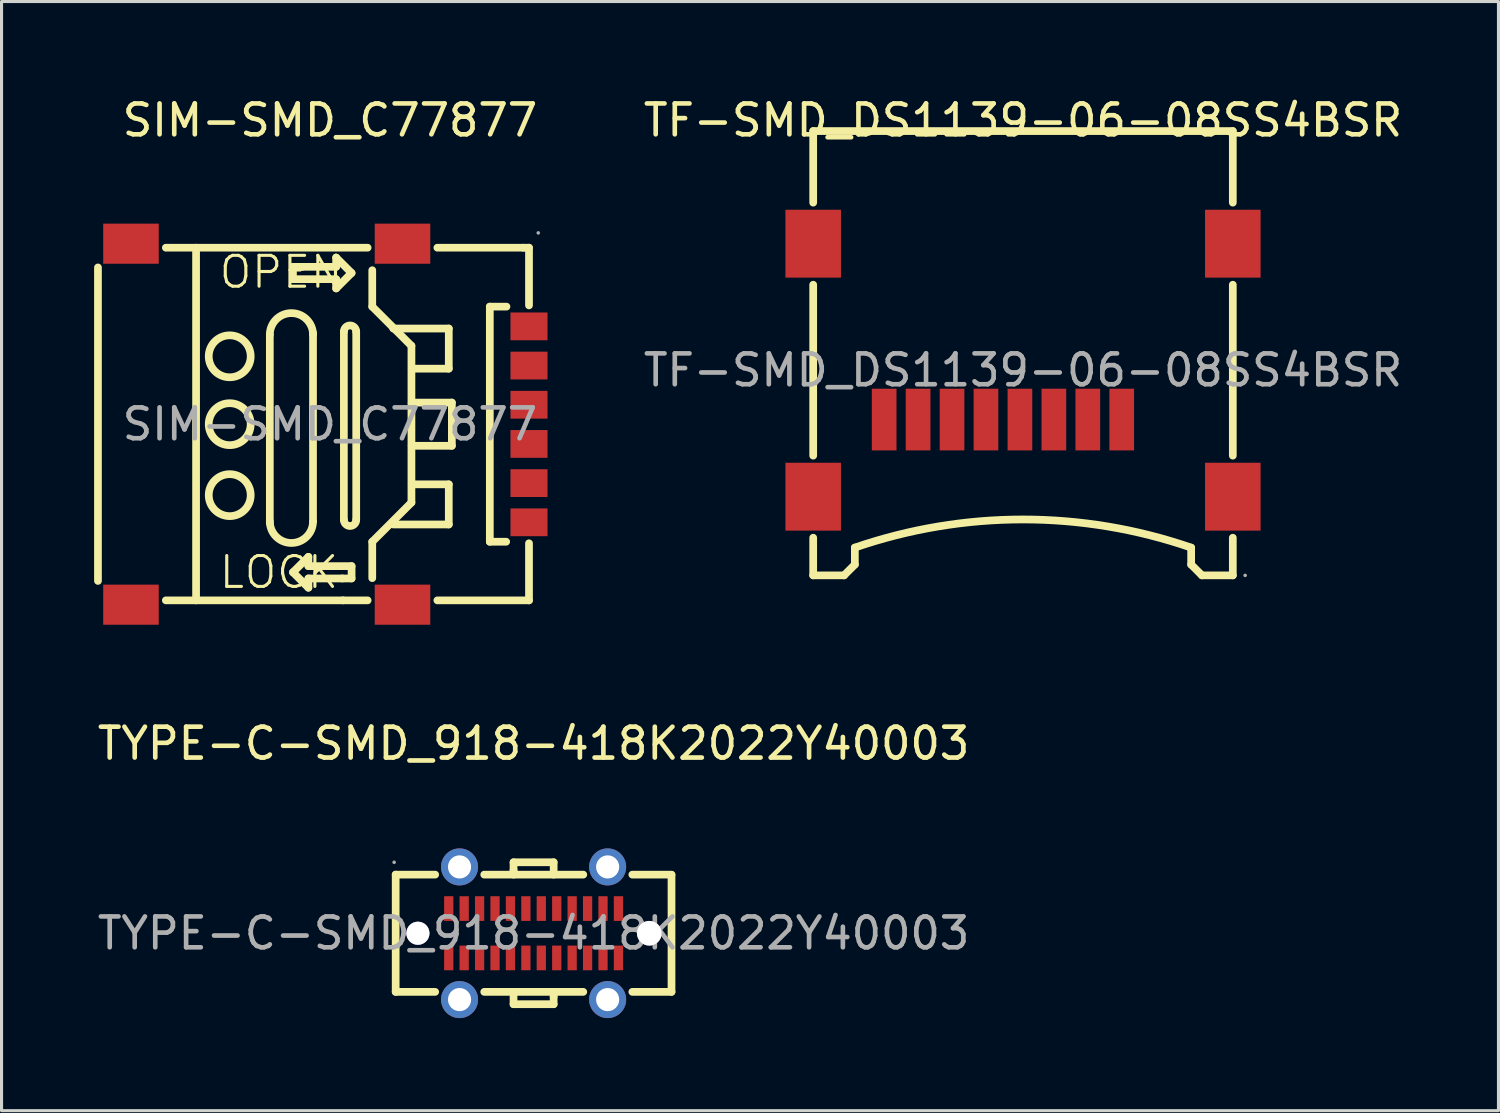
<source format=kicad_pcb>
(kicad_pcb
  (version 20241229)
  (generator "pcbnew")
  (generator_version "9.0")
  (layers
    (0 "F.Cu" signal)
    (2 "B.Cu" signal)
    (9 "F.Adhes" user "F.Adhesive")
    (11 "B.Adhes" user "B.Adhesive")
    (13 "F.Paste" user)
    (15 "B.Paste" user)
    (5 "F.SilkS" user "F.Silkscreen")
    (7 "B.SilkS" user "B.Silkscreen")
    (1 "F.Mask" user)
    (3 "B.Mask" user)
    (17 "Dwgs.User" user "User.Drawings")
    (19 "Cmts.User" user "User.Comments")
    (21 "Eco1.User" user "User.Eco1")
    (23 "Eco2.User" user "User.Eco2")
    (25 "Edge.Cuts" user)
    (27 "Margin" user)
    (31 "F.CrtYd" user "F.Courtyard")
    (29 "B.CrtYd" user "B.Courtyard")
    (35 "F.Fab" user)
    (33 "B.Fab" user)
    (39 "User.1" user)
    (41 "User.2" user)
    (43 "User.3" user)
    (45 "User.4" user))
  (footprint "TYPE-C-SMD_918-418K2022Y40003"
    (layer "F.Cu")
    (at 14.244 27.197)
    (property "Reference" "TYPE-C-SMD_918-418K2022Y40003" (at 0 -6.15 0) (layer "F.SilkS") (effects (font (size 1 1) (thickness 0.15))))
    (attr through_hole)
    (fp_line (start -4.47 -1.9) (end -4.47 1.9) (stroke (width 0.25) (type solid)) (layer "F.SilkS"))
    (fp_line (start -4.47 1.9) (end -3.19 1.9) (stroke (width 0.25) (type solid)) (layer "F.SilkS"))
    (fp_line (start -3.19 -1.9) (end -4.47 -1.9) (stroke (width 0.25) (type solid)) (layer "F.SilkS"))
    (fp_line (start -1.6 1.9) (end 1.61 1.9) (stroke (width 0.25) (type solid)) (layer "F.SilkS"))
    (fp_line (start -0.65 -2.3) (end -0.65 -2.05) (stroke (width 0.25) (type solid)) (layer "F.SilkS"))
    (fp_line (start -0.65 -2.3) (end 0.65 -2.3) (stroke (width 0.25) (type solid)) (layer "F.SilkS"))
    (fp_line (start -0.65 -2.05) (end -0.65 -1.9) (stroke (width 0.25) (type solid)) (layer "F.SilkS"))
    (fp_line (start -0.65 2.3) (end -0.65 1.9) (stroke (width 0.25) (type solid)) (layer "F.SilkS"))
    (fp_line (start 0.65 -2.3) (end 0.65 -1.9) (stroke (width 0.25) (type solid)) (layer "F.SilkS"))
    (fp_line (start 0.65 2.05) (end 0.65 1.9) (stroke (width 0.25) (type solid)) (layer "F.SilkS"))
    (fp_line (start 0.65 2.3) (end -0.65 2.3) (stroke (width 0.25) (type solid)) (layer "F.SilkS"))
    (fp_line (start 0.65 2.3) (end 0.65 2.05) (stroke (width 0.25) (type solid)) (layer "F.SilkS"))
    (fp_line (start 1.61 -1.9) (end -1.6 -1.9) (stroke (width 0.25) (type solid)) (layer "F.SilkS"))
    (fp_line (start 3.2 1.9) (end 4.47 1.9) (stroke (width 0.25) (type solid)) (layer "F.SilkS"))
    (fp_line (start 4.47 -1.9) (end 3.2 -1.9) (stroke (width 0.25) (type solid)) (layer "F.SilkS"))
    (fp_line (start 4.47 1.9) (end 4.47 -1.89) (stroke (width 0.25) (type solid)) (layer "F.SilkS"))
    (fp_circle (center -2.4 -2.15) (end -2.1 -2.15) (stroke (width 0.6) (type solid)) (fill no) (layer "F.Paste"))
    (fp_circle (center -2.4 2.15) (end -2.1 2.15) (stroke (width 0.6) (type solid)) (fill no) (layer "F.Paste"))
    (fp_circle (center 2.4 -2.15) (end 2.7 -2.15) (stroke (width 0.6) (type solid)) (fill no) (layer "F.Paste"))
    (fp_circle (center 2.4 2.15) (end 2.7 2.15) (stroke (width 0.6) (type solid)) (fill no) (layer "F.Paste"))
    (fp_circle (center -3.75 0) (end -3.6 0) (stroke (width 0.3) (type solid)) (fill no) (layer "Cmts.User"))
    (fp_circle (center 3.75 0) (end 3.9 0) (stroke (width 0.3) (type solid)) (fill no) (layer "Cmts.User"))
    (fp_circle (center -4.52 -2.3) (end -4.49 -2.3) (stroke (width 0.06) (type solid)) (fill no) (layer "F.Fab"))
    (fp_text user "${REFERENCE}" (at 0 0 0) (layer "F.Fab") (effects (font (size 1 1) (thickness 0.15))))
    (pad "" thru_hole circle (at -3.75 0) (size 0.75 0.75) (drill 0.75) (layers "*.Cu" "*.Mask"))
    (pad "" thru_hole circle (at 3.75 0) (size 0.8 0.8) (drill 0.8) (layers "*.Cu" "*.Mask"))
    (pad "0" thru_hole circle (at -2.4 -2.15 270) (size 1.2 1.2) (drill 0.75) (layers "*.Cu" "*.Paste" "*.Mask"))
    (pad "0" thru_hole circle (at -2.4 2.15 270) (size 1.2 1.2) (drill 0.75) (layers "*.Cu" "*.Paste" "*.Mask"))
    (pad "0" thru_hole circle (at 2.4 -2.15 270) (size 1.2 1.2) (drill 0.75) (layers "*.Cu" "*.Paste" "*.Mask"))
    (pad "0" thru_hole circle (at 2.4 2.15 270) (size 1.2 1.2) (drill 0.75) (layers "*.Cu" "*.Paste" "*.Mask"))
    (pad "A1" smd rect (at -2.75 -0.8 180) (size 0.3 0.8) (layers "F.Cu" "F.Mask" "F.Paste"))
    (pad "A2" smd rect (at -2.25 -0.8 180) (size 0.3 0.8) (layers "F.Cu" "F.Mask" "F.Paste"))
    (pad "A3" smd rect (at -1.75 -0.8 180) (size 0.3 0.8) (layers "F.Cu" "F.Mask" "F.Paste"))
    (pad "A4" smd rect (at -1.25 -0.8 180) (size 0.3 0.8) (layers "F.Cu" "F.Mask" "F.Paste"))
    (pad "A5" smd rect (at -0.75 -0.8 180) (size 0.3 0.8) (layers "F.Cu" "F.Mask" "F.Paste"))
    (pad "A6" smd rect (at -0.25 -0.8 180) (size 0.3 0.8) (layers "F.Cu" "F.Mask" "F.Paste"))
    (pad "A7" smd rect (at 0.25 -0.8 180) (size 0.3 0.8) (layers "F.Cu" "F.Mask" "F.Paste"))
    (pad "A8" smd rect (at 0.75 -0.8 180) (size 0.3 0.8) (layers "F.Cu" "F.Mask" "F.Paste"))
    (pad "A9" smd rect (at 1.25 -0.8 180) (size 0.3 0.8) (layers "F.Cu" "F.Mask" "F.Paste"))
    (pad "A10" smd rect (at 1.75 -0.8 180) (size 0.3 0.8) (layers "F.Cu" "F.Mask" "F.Paste"))
    (pad "A11" smd rect (at 2.25 -0.8 180) (size 0.3 0.8) (layers "F.Cu" "F.Mask" "F.Paste"))
    (pad "A12" smd rect (at 2.75 -0.8 180) (size 0.3 0.8) (layers "F.Cu" "F.Mask" "F.Paste"))
    (pad "B1" smd rect (at 2.75 0.8 180) (size 0.3 0.8) (layers "F.Cu" "F.Mask" "F.Paste"))
    (pad "B2" smd rect (at 2.25 0.8 180) (size 0.3 0.8) (layers "F.Cu" "F.Mask" "F.Paste"))
    (pad "B3" smd rect (at 1.75 0.8 180) (size 0.3 0.8) (layers "F.Cu" "F.Mask" "F.Paste"))
    (pad "B4" smd rect (at 1.25 0.8 180) (size 0.3 0.8) (layers "F.Cu" "F.Mask" "F.Paste"))
    (pad "B5" smd rect (at 0.75 0.8 180) (size 0.3 0.8) (layers "F.Cu" "F.Mask" "F.Paste"))
    (pad "B6" smd rect (at 0.25 0.8 180) (size 0.3 0.8) (layers "F.Cu" "F.Mask" "F.Paste"))
    (pad "B7" smd rect (at -0.25 0.8 180) (size 0.3 0.8) (layers "F.Cu" "F.Mask" "F.Paste"))
    (pad "B8" smd rect (at -0.75 0.8 180) (size 0.3 0.8) (layers "F.Cu" "F.Mask" "F.Paste"))
    (pad "B9" smd rect (at -1.25 0.8 180) (size 0.3 0.8) (layers "F.Cu" "F.Mask" "F.Paste"))
    (pad "B10" smd rect (at -1.75 0.8 180) (size 0.3 0.8) (layers "F.Cu" "F.Mask" "F.Paste"))
    (pad "B11" smd rect (at -2.25 0.8 180) (size 0.3 0.8) (layers "F.Cu" "F.Mask" "F.Paste"))
    (pad "B12" smd rect (at -2.75 0.8 180) (size 0.3 0.8) (layers "F.Cu" "F.Mask" "F.Paste")))
  (footprint "SIM-SMD_C77877"
    (layer "F.Cu")
    (at 7.645 10.698)
    (property "Reference" "SIM-SMD_C77877" (at 0 -9.85 0) (layer "F.SilkS") (effects (font (size 1 1) (thickness 0.15))))
    (attr through_hole)
    (fp_line (start -7.52 -5.08) (end -7.52 5.08) (stroke (width 0.25) (type solid)) (layer "F.SilkS"))
    (fp_line (start -4.34 -5.72) (end -4.34 5.71) (stroke (width 0.25) (type solid)) (layer "F.SilkS"))
    (fp_line (start -1.95 -2.9) (end -1.95 3.2) (stroke (width 0.25) (type solid)) (layer "F.SilkS"))
    (fp_line (start -1.2 -5.1) (end -0.9 -5.1) (stroke (width 0.25) (type solid)) (layer "F.SilkS"))
    (fp_line (start -1.2 -4.7) (end -1.2 -5.1) (stroke (width 0.25) (type solid)) (layer "F.SilkS"))
    (fp_line (start -1.2 4.8) (end -0.7 4.3) (stroke (width 0.25) (type solid)) (layer "F.SilkS"))
    (fp_line (start -0.9 -5.1) (end 0.2 -5.1) (stroke (width 0.25) (type solid)) (layer "F.SilkS"))
    (fp_line (start -0.7 4.3) (end -0.7 4.6) (stroke (width 0.25) (type solid)) (layer "F.SilkS"))
    (fp_line (start -0.7 4.6) (end 0.7 4.6) (stroke (width 0.25) (type solid)) (layer "F.SilkS"))
    (fp_line (start -0.7 5) (end -0.7 5.3) (stroke (width 0.25) (type solid)) (layer "F.SilkS"))
    (fp_line (start -0.7 5.3) (end -1.2 4.8) (stroke (width 0.25) (type solid)) (layer "F.SilkS"))
    (fp_line (start -0.55 -2.95) (end -0.55 3.15) (stroke (width 0.25) (type solid)) (layer "F.SilkS"))
    (fp_line (start 0.2 -5.4) (end 0.7 -4.9) (stroke (width 0.25) (type solid)) (layer "F.SilkS"))
    (fp_line (start 0.2 -5.1) (end 0.2 -5.4) (stroke (width 0.25) (type solid)) (layer "F.SilkS"))
    (fp_line (start 0.2 -4.7) (end -1.2 -4.7) (stroke (width 0.25) (type solid)) (layer "F.SilkS"))
    (fp_line (start 0.2 -4.4) (end 0.2 -4.7) (stroke (width 0.25) (type solid)) (layer "F.SilkS"))
    (fp_line (start 0.4 5) (end -0.7 5) (stroke (width 0.25) (type solid)) (layer "F.SilkS"))
    (fp_line (start 0.42 5.71) (end -5.32 5.71) (stroke (width 0.25) (type solid)) (layer "F.SilkS"))
    (fp_line (start 0.45 -3) (end 0.45 3.1) (stroke (width 0.25) (type solid)) (layer "F.SilkS"))
    (fp_line (start 0.7 -4.9) (end 0.2 -4.4) (stroke (width 0.25) (type solid)) (layer "F.SilkS"))
    (fp_line (start 0.7 4.6) (end 0.7 5) (stroke (width 0.25) (type solid)) (layer "F.SilkS"))
    (fp_line (start 0.7 5) (end 0.4 5) (stroke (width 0.25) (type solid)) (layer "F.SilkS"))
    (fp_line (start 0.85 -3) (end 0.85 3.1) (stroke (width 0.25) (type solid)) (layer "F.SilkS"))
    (fp_line (start 1.22 -5.72) (end -5.32 -5.72) (stroke (width 0.25) (type solid)) (layer "F.SilkS"))
    (fp_line (start 1.22 5.71) (end 0.42 5.71) (stroke (width 0.25) (type solid)) (layer "F.SilkS"))
    (fp_line (start 1.37 -3.81) (end 1.37 -4.99) (stroke (width 0.25) (type solid)) (layer "F.SilkS"))
    (fp_line (start 1.37 -3.81) (end 2.64 -2.54) (stroke (width 0.25) (type solid)) (layer "F.SilkS"))
    (fp_line (start 1.37 3.81) (end 1.37 4.99) (stroke (width 0.25) (type solid)) (layer "F.SilkS"))
    (fp_line (start 2.05 -3.1) (end 3.85 -3.1) (stroke (width 0.25) (type solid)) (layer "F.SilkS"))
    (fp_line (start 2.05 3.25) (end 3.85 3.25) (stroke (width 0.25) (type solid)) (layer "F.SilkS"))
    (fp_line (start 2.64 -2.54) (end 2.64 2.54) (stroke (width 0.25) (type solid)) (layer "F.SilkS"))
    (fp_line (start 2.64 2.54) (end 1.37 3.81) (stroke (width 0.25) (type solid)) (layer "F.SilkS"))
    (fp_line (start 2.65 -0.7) (end 2.65 -0.7) (stroke (width 0.25) (type solid)) (layer "F.SilkS"))
    (fp_line (start 2.65 -0.7) (end 3.95 -0.7) (stroke (width 0.25) (type solid)) (layer "F.SilkS"))
    (fp_line (start 2.65 0.7) (end 2.65 0.7) (stroke (width 0.25) (type solid)) (layer "F.SilkS"))
    (fp_line (start 3.85 -3.1) (end 3.85 -1.8) (stroke (width 0.25) (type solid)) (layer "F.SilkS"))
    (fp_line (start 3.85 -1.8) (end 2.65 -1.8) (stroke (width 0.25) (type solid)) (layer "F.SilkS"))
    (fp_line (start 3.85 1.95) (end 2.65 1.95) (stroke (width 0.25) (type solid)) (layer "F.SilkS"))
    (fp_line (start 3.85 3.25) (end 3.85 1.95) (stroke (width 0.25) (type solid)) (layer "F.SilkS"))
    (fp_line (start 3.95 -0.7) (end 3.95 0.7) (stroke (width 0.25) (type solid)) (layer "F.SilkS"))
    (fp_line (start 3.95 0.7) (end 2.65 0.7) (stroke (width 0.25) (type solid)) (layer "F.SilkS"))
    (fp_line (start 5.18 3.81) (end 5.18 -3.81) (stroke (width 0.25) (type solid)) (layer "F.SilkS"))
    (fp_line (start 5.18 3.81) (end 5.71 3.81) (stroke (width 0.25) (type solid)) (layer "F.SilkS"))
    (fp_line (start 5.72 -3.81) (end 5.18 -3.81) (stroke (width 0.25) (type solid)) (layer "F.SilkS"))
    (fp_line (start 6.27 -5.72) (end 3.48 -5.72) (stroke (width 0.25) (type solid)) (layer "F.SilkS"))
    (fp_line (start 6.27 -5.72) (end 6.45 -5.72) (stroke (width 0.25) (type solid)) (layer "F.SilkS"))
    (fp_line (start 6.45 -5.72) (end 6.45 -3.85) (stroke (width 0.25) (type solid)) (layer "F.SilkS"))
    (fp_line (start 6.45 3.86) (end 6.45 5.71) (stroke (width 0.25) (type solid)) (layer "F.SilkS"))
    (fp_line (start 6.45 5.71) (end 3.48 5.71) (stroke (width 0.25) (type solid)) (layer "F.SilkS"))
    (fp_arc (start -1.95 -2.9) (mid -1.25 -3.6) (end -0.55 -2.9) (stroke (width 0.25) (type solid)) (layer "F.SilkS"))
    (fp_arc (start -0.55 3.15) (mid -1.25 3.85) (end -1.95 3.15) (stroke (width 0.25) (type solid)) (layer "F.SilkS"))
    (fp_arc (start 0.45 -3) (mid 0.65 -3.2) (end 0.85 -3) (stroke (width 0.25) (type solid)) (layer "F.SilkS"))
    (fp_arc (start 0.85 3.1) (mid 0.65 3.3) (end 0.45 3.1) (stroke (width 0.25) (type solid)) (layer "F.SilkS"))
    (fp_circle (center -3.25 -2.2) (end -2.57 -2.2) (stroke (width 0.25) (type solid)) (fill no) (layer "F.SilkS"))
    (fp_circle (center -3.25 0) (end -2.57 0) (stroke (width 0.25) (type solid)) (fill no) (layer "F.SilkS"))
    (fp_circle (center -3.25 2.3) (end -2.57 2.3) (stroke (width 0.25) (type solid)) (fill no) (layer "F.SilkS"))
    (fp_circle (center 6.75 -6.2) (end 6.78 -6.2) (stroke (width 0.06) (type solid)) (fill no) (layer "F.Fab"))
    (fp_text user "LOCK" (at -3.65 4.8 0) (layer "F.SilkS") (effects (font (size 1 1) (thickness 0.1)) (justify left)))
    (fp_text user "OPEN" (at -3.65 -4.93 0) (layer "F.SilkS") (effects (font (size 1 1) (thickness 0.1)) (justify left)))
    (fp_text user "${REFERENCE}" (at 0 0 0) (layer "F.Fab") (effects (font (size 1 1) (thickness 0.15))))
    (pad "0" smd rect (at -6.45 -5.85) (size 1.8 1.3) (layers "F.Cu" "F.Mask" "F.Paste"))
    (pad "0" smd rect (at -6.45 5.85) (size 1.8 1.3) (layers "F.Cu" "F.Mask" "F.Paste"))
    (pad "0" smd rect (at 2.35 -5.85) (size 1.8 1.3) (layers "F.Cu" "F.Mask" "F.Paste"))
    (pad "0" smd rect (at 2.35 5.85) (size 1.8 1.3) (layers "F.Cu" "F.Mask" "F.Paste"))
    (pad "C1" smd rect (at 6.45 -3.17) (size 1.2 0.9) (layers "F.Cu" "F.Mask" "F.Paste"))
    (pad "C2" smd rect (at 6.45 -0.63) (size 1.2 0.9) (layers "F.Cu" "F.Mask" "F.Paste"))
    (pad "C3" smd rect (at 6.45 1.91) (size 1.2 0.9) (layers "F.Cu" "F.Mask" "F.Paste"))
    (pad "C5" smd rect (at 6.45 -1.9) (size 1.2 0.9) (layers "F.Cu" "F.Mask" "F.Paste"))
    (pad "C6" smd rect (at 6.45 0.64) (size 1.2 0.9) (layers "F.Cu" "F.Mask" "F.Paste"))
    (pad "C7" smd rect (at 6.45 3.18) (size 1.2 0.9) (layers "F.Cu" "F.Mask" "F.Paste")))
  (footprint "TF-SMD_DS1139-06-08SS4BSR"
    (layer "F.Cu")
    (at 30.106 8.948)
    (property "Reference" "TF-SMD_DS1139-06-08SS4BSR" (at 0 -8.1 0) (layer "F.SilkS") (effects (font (size 1 1) (thickness 0.15))))
    (attr through_hole)
    (fp_line (start -6.8 -7.75) (end -6.8 -5.43) (stroke (width 0.25) (type solid)) (layer "F.SilkS"))
    (fp_line (start -6.8 -7.75) (end 6.8 -7.75) (stroke (width 0.25) (type solid)) (layer "F.SilkS"))
    (fp_line (start -6.8 -2.77) (end -6.8 2.77) (stroke (width 0.25) (type solid)) (layer "F.SilkS"))
    (fp_line (start -6.8 5.43) (end -6.8 6.65) (stroke (width 0.25) (type solid)) (layer "F.SilkS"))
    (fp_line (start -6.8 6.65) (end -5.8 6.65) (stroke (width 0.25) (type solid)) (layer "F.SilkS"))
    (fp_line (start -5.8 6.65) (end -5.45 6.3) (stroke (width 0.25) (type solid)) (layer "F.SilkS"))
    (fp_line (start -5.45 6.3) (end -5.45 5.75) (stroke (width 0.25) (type solid)) (layer "F.SilkS"))
    (fp_line (start 5.45 6.3) (end 5.45 5.75) (stroke (width 0.25) (type solid)) (layer "F.SilkS"))
    (fp_line (start 5.8 6.65) (end 5.45 6.3) (stroke (width 0.25) (type solid)) (layer "F.SilkS"))
    (fp_line (start 6.8 -7.75) (end 6.8 -5.43) (stroke (width 0.25) (type solid)) (layer "F.SilkS"))
    (fp_line (start 6.8 -2.77) (end 6.8 2.77) (stroke (width 0.25) (type solid)) (layer "F.SilkS"))
    (fp_line (start 6.8 5.43) (end 6.8 6.65) (stroke (width 0.25) (type solid)) (layer "F.SilkS"))
    (fp_line (start 6.8 6.65) (end 5.8 6.65) (stroke (width 0.25) (type solid)) (layer "F.SilkS"))
    (fp_arc (start -5.451263 5.750435) (mid -0.000668 4.838095) (end 5.45 5.75) (stroke (width 0.25) (type solid)) (layer "F.SilkS"))
    (fp_circle (center 7.2 6.65) (end 7.23 6.65) (stroke (width 0.06) (type solid)) (fill no) (layer "F.Fab"))
    (fp_text user "${REFERENCE}" (at 0 0 0) (layer "F.Fab") (effects (font (size 1 1) (thickness 0.15))))
    (pad "1" smd rect (at 3.2 1.6 90) (size 2 0.8) (layers "F.Cu" "F.Mask" "F.Paste"))
    (pad "2" smd rect (at 2.1 1.6 90) (size 2 0.8) (layers "F.Cu" "F.Mask" "F.Paste"))
    (pad "3" smd rect (at 1 1.6 90) (size 2 0.8) (layers "F.Cu" "F.Mask" "F.Paste"))
    (pad "4" smd rect (at -0.1 1.6 90) (size 2 0.8) (layers "F.Cu" "F.Mask" "F.Paste"))
    (pad "5" smd rect (at -1.2 1.6 90) (size 2 0.8) (layers "F.Cu" "F.Mask" "F.Paste"))
    (pad "6" smd rect (at -2.3 1.6 90) (size 2 0.8) (layers "F.Cu" "F.Mask" "F.Paste"))
    (pad "7" smd rect (at -3.4 1.6 90) (size 2 0.8) (layers "F.Cu" "F.Mask" "F.Paste"))
    (pad "8" smd rect (at -4.5 1.6 90) (size 2 0.8) (layers "F.Cu" "F.Mask" "F.Paste"))
    (pad "9" smd rect (at -6.8 -4.1 180) (size 1.8 2.2) (layers "F.Cu" "F.Mask" "F.Paste"))
    (pad "10" smd rect (at -6.8 4.1 180) (size 1.8 2.2) (layers "F.Cu" "F.Mask" "F.Paste"))
    (pad "11" smd rect (at 6.8 4.1 180) (size 1.8 2.2) (layers "F.Cu" "F.Mask" "F.Paste"))
    (pad "12" smd rect (at 6.8 -4.1 180) (size 1.8 2.2) (layers "F.Cu" "F.Mask" "F.Paste")))
  (gr_rect
    (start -3 -3)
    (end 45.516 32.947)
    (stroke (width 0.1) (type default))
    (fill no)
    (layer "Edge.Cuts")))
</source>
